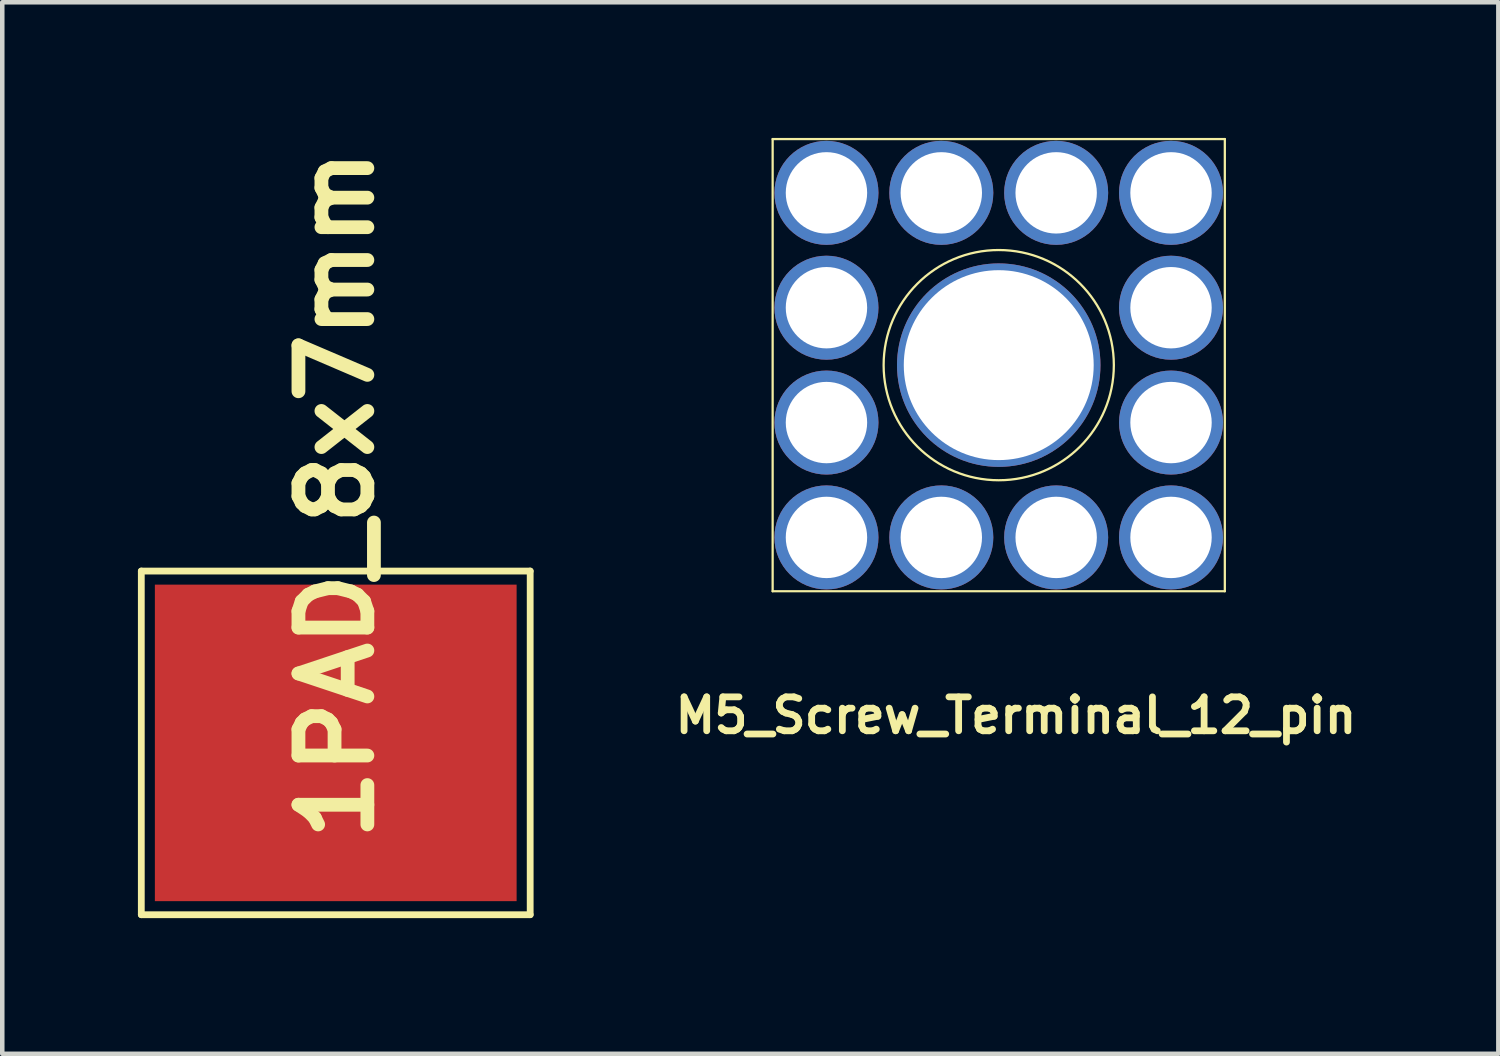
<source format=kicad_pcb>
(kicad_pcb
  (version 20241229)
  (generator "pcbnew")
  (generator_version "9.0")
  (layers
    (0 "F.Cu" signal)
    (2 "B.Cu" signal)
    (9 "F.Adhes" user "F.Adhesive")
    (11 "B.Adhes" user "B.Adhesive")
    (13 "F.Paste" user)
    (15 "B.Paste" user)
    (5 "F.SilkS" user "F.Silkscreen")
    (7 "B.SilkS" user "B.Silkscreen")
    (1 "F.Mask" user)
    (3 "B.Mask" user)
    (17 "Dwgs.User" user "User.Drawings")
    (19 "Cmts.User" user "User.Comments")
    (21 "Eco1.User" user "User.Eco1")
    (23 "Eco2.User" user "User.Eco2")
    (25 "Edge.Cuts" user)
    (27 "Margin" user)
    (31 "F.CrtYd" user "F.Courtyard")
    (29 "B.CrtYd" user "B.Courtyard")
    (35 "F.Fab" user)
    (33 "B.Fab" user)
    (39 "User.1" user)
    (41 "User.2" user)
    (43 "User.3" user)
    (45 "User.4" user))
  (footprint "M5_Screw_Terminal_12_pin"
    (layer "F.Cu")
    (at 19.037 5.025)
    (property "Reference" "M5_Screw_Terminal_12_pin" (at 0.381 7.747 0) (layer "F.SilkS") (effects (font (size 0.75 0.75) (thickness 0.15))))
    (attr through_hole)
    (fp_line (start -5 -5) (end -5 5) (stroke (width 0.05) (type solid)) (layer "F.SilkS"))
    (fp_line (start -5 5) (end 5 5) (stroke (width 0.05) (type solid)) (layer "F.SilkS"))
    (fp_line (start 5 -5) (end -5 -5) (stroke (width 0.05) (type solid)) (layer "F.SilkS"))
    (fp_line (start 5 5) (end 5 -5) (stroke (width 0.05) (type solid)) (layer "F.SilkS"))
    (fp_circle (center 0 0) (end 1.8 1.8) (stroke (width 0.05) (type solid)) (fill no) (layer "F.SilkS"))
    (pad "" np_thru_hole circle (at 0 0) (size 4.5 4.5) (drill 4.2) (layers "*.Cu" "*.Mask"))
    (pad "1" thru_hole circle (at -3.81 -3.81) (size 2.3 2.3) (drill 1.8) (layers "*.Cu" "*.Mask"))
    (pad "1" thru_hole circle (at -3.81 -1.27) (size 2.3 2.3) (drill 1.8) (layers "*.Cu" "*.Mask"))
    (pad "1" thru_hole circle (at -3.81 1.27) (size 2.3 2.3) (drill 1.8) (layers "*.Cu" "*.Mask"))
    (pad "1" thru_hole circle (at -3.81 3.81) (size 2.3 2.3) (drill 1.8) (layers "*.Cu" "*.Mask"))
    (pad "1" thru_hole circle (at -1.27 -3.81) (size 2.3 2.3) (drill 1.8) (layers "*.Cu" "*.Mask"))
    (pad "1" thru_hole circle (at -1.27 3.81) (size 2.3 2.3) (drill 1.8) (layers "*.Cu" "*.Mask"))
    (pad "1" thru_hole circle (at 1.27 -3.81) (size 2.3 2.3) (drill 1.8) (layers "*.Cu" "*.Mask"))
    (pad "1" thru_hole circle (at 1.27 3.81) (size 2.3 2.3) (drill 1.8) (layers "*.Cu" "*.Mask"))
    (pad "1" thru_hole circle (at 3.81 -3.81) (size 2.3 2.3) (drill 1.8) (layers "*.Cu" "*.Mask"))
    (pad "1" thru_hole circle (at 3.81 -1.27) (size 2.3 2.3) (drill 1.8) (layers "*.Cu" "*.Mask"))
    (pad "1" thru_hole circle (at 3.81 1.27) (size 2.3 2.3) (drill 1.8) (layers "*.Cu" "*.Mask"))
    (pad "1" thru_hole circle (at 3.81 3.81) (size 2.3 2.3) (drill 1.8) (layers "*.Cu" "*.Mask")))
  (footprint "1PAD_8x7mm"
    (layer "F.Cu")
    (at 4.375 13.379)
    (property "Reference" "1PAD_8x7mm" (at 0.01 -5.49 270) (layer "F.SilkS") (effects (font (size 1.524 1.524) (thickness 0.305))))
    (attr through_hole)
    (fp_line (start -4.3 -3.8) (end 4.3 -3.8) (stroke (width 0.15) (type solid)) (layer "F.SilkS"))
    (fp_line (start -4.3 3.8) (end -4.3 -3.8) (stroke (width 0.15) (type solid)) (layer "F.SilkS"))
    (fp_line (start 4.3 -3.8) (end 4.3 3.8) (stroke (width 0.15) (type solid)) (layer "F.SilkS"))
    (fp_line (start 4.3 3.8) (end -4.3 3.8) (stroke (width 0.15) (type solid)) (layer "F.SilkS"))
    (pad "1" smd rect (at 0 0) (size 8 7) (layers "F.Cu" "F.Mask" "F.Paste")))
  (gr_rect
    (start -3 -3)
    (end 30.086 20.254)
    (stroke (width 0.1) (type default))
    (fill no)
    (layer "Edge.Cuts")))
</source>
